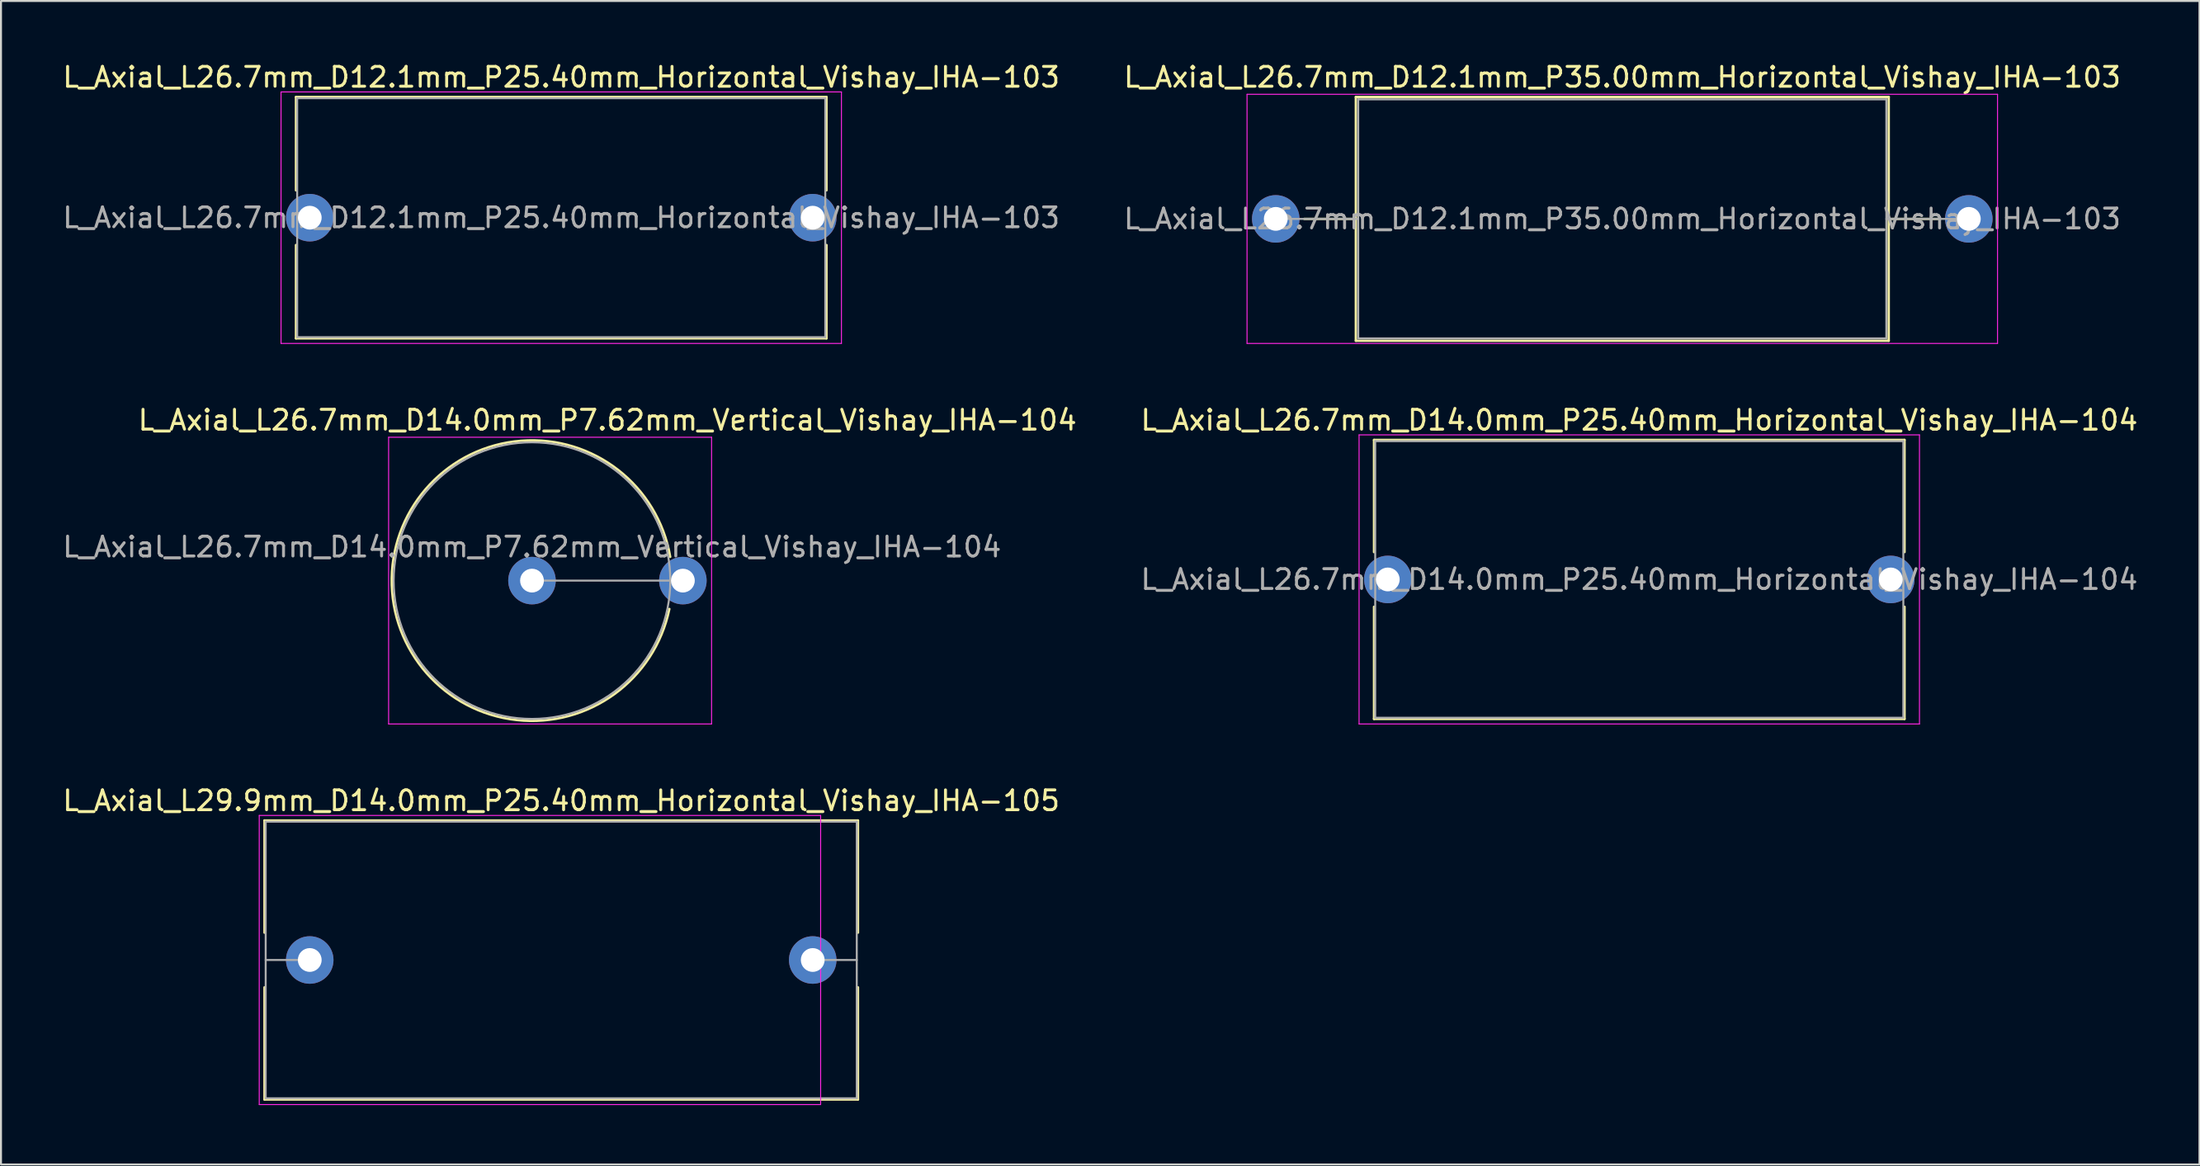
<source format=kicad_pcb>
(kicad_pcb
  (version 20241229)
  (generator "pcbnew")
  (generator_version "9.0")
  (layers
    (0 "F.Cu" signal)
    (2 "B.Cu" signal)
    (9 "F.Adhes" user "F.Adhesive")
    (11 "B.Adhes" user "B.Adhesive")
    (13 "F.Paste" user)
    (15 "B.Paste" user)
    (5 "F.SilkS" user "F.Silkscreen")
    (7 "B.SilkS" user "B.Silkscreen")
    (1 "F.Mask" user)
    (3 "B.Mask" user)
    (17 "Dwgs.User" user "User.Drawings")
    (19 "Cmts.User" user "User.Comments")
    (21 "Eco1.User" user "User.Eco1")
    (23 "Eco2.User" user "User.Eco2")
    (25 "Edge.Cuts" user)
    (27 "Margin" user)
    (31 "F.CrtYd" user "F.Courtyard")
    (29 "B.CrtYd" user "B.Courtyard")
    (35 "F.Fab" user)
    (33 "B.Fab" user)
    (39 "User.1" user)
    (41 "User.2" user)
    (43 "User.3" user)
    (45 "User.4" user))
  (footprint "L_Axial_L29.9mm_D14.0mm_P25.40mm_Horizontal_Vishay_IHA-105"
    (layer "F.Cu")
    (at 12.592 45.43)
    (property "Reference" "L_Axial_L29.9mm_D14.0mm_P25.40mm_Horizontal_Vishay_IHA-105" (at 12.7 -8.045 0) (layer "F.SilkS") (effects (font (size 1 1) (thickness 0.15))))
    (attr through_hole)
    (fp_line (start -2.285 -7.045) (end 27.685 -7.045) (stroke (width 0.12) (type solid)) (layer "F.SilkS"))
    (fp_line (start -2.285 -1.38) (end -2.285 -7.045) (stroke (width 0.12) (type solid)) (layer "F.SilkS"))
    (fp_line (start -2.285 1.38) (end -2.285 7.045) (stroke (width 0.12) (type solid)) (layer "F.SilkS"))
    (fp_line (start -2.285 7.045) (end 27.685 7.045) (stroke (width 0.12) (type solid)) (layer "F.SilkS"))
    (fp_line (start 27.685 -7.045) (end 27.685 -1.38) (stroke (width 0.12) (type solid)) (layer "F.SilkS"))
    (fp_line (start 27.685 7.045) (end 27.685 1.38) (stroke (width 0.12) (type solid)) (layer "F.SilkS"))
    (fp_line (start -2.55 -7.3) (end -2.55 7.3) (stroke (width 0.05) (type solid)) (layer "F.CrtYd"))
    (fp_line (start -2.55 7.3) (end 25.8 7.3) (stroke (width 0.05) (type solid)) (layer "F.CrtYd"))
    (fp_line (start 25.8 -7.3) (end -2.55 -7.3) (stroke (width 0.05) (type solid)) (layer "F.CrtYd"))
    (fp_line (start 25.8 7.3) (end 25.8 -7.3) (stroke (width 0.05) (type solid)) (layer "F.CrtYd"))
    (fp_line (start -2.225 -6.985) (end -2.225 6.985) (stroke (width 0.1) (type solid)) (layer "F.Fab"))
    (fp_line (start -2.225 6.985) (end 27.625 6.985) (stroke (width 0.1) (type solid)) (layer "F.Fab"))
    (fp_line (start 0 0) (end -2.225 0) (stroke (width 0.1) (type solid)) (layer "F.Fab"))
    (fp_line (start 25.4 0) (end 27.625 0) (stroke (width 0.1) (type solid)) (layer "F.Fab"))
    (fp_line (start 27.625 -6.985) (end -2.225 -6.985) (stroke (width 0.1) (type solid)) (layer "F.Fab"))
    (fp_line (start 27.625 6.985) (end 27.625 -6.985) (stroke (width 0.1) (type solid)) (layer "F.Fab"))
    (pad "1" thru_hole circle (at 0 0) (size 2.4 2.4) (drill 1.2) (layers "*.Cu" "*.Mask"))
    (pad "2" thru_hole oval (at 25.4 0) (size 2.4 2.4) (drill 1.2) (layers "*.Cu" "*.Mask")))
  (footprint "L_Axial_L26.7mm_D12.1mm_P25.40mm_Horizontal_Vishay_IHA-103"
    (layer "F.Cu")
    (at 12.592 7.943)
    (property "Reference" "L_Axial_L26.7mm_D12.1mm_P25.40mm_Horizontal_Vishay_IHA-103" (at 12.7 -7.095 0) (layer "F.SilkS") (effects (font (size 1 1) (thickness 0.15))))
    (attr through_hole)
    (fp_line (start -0.695 -6.095) (end 26.095 -6.095) (stroke (width 0.12) (type solid)) (layer "F.SilkS"))
    (fp_line (start -0.695 -1.38) (end -0.695 -6.095) (stroke (width 0.12) (type solid)) (layer "F.SilkS"))
    (fp_line (start -0.695 1.38) (end -0.695 6.095) (stroke (width 0.12) (type solid)) (layer "F.SilkS"))
    (fp_line (start -0.695 6.095) (end 26.095 6.095) (stroke (width 0.12) (type solid)) (layer "F.SilkS"))
    (fp_line (start 26.095 -6.095) (end 26.095 -1.38) (stroke (width 0.12) (type solid)) (layer "F.SilkS"))
    (fp_line (start 26.095 6.095) (end 26.095 1.38) (stroke (width 0.12) (type solid)) (layer "F.SilkS"))
    (fp_line (start -1.45 -6.35) (end -1.45 6.35) (stroke (width 0.05) (type solid)) (layer "F.CrtYd"))
    (fp_line (start -1.45 6.35) (end 26.85 6.35) (stroke (width 0.05) (type solid)) (layer "F.CrtYd"))
    (fp_line (start 26.85 -6.35) (end -1.45 -6.35) (stroke (width 0.05) (type solid)) (layer "F.CrtYd"))
    (fp_line (start 26.85 6.35) (end 26.85 -6.35) (stroke (width 0.05) (type solid)) (layer "F.CrtYd"))
    (fp_line (start -0.635 -6.035) (end -0.635 6.035) (stroke (width 0.1) (type solid)) (layer "F.Fab"))
    (fp_line (start -0.635 6.035) (end 26.035 6.035) (stroke (width 0.1) (type solid)) (layer "F.Fab"))
    (fp_line (start 0 0) (end -0.635 0) (stroke (width 0.1) (type solid)) (layer "F.Fab"))
    (fp_line (start 25.4 0) (end 26.035 0) (stroke (width 0.1) (type solid)) (layer "F.Fab"))
    (fp_line (start 26.035 -6.035) (end -0.635 -6.035) (stroke (width 0.1) (type solid)) (layer "F.Fab"))
    (fp_line (start 26.035 6.035) (end 26.035 -6.035) (stroke (width 0.1) (type solid)) (layer "F.Fab"))
    (fp_text user "${REFERENCE}" (at 12.7 0 0) (layer "F.Fab") (effects (font (size 1 1) (thickness 0.15))))
    (pad "1" thru_hole circle (at 0 0) (size 2.4 2.4) (drill 1.2) (layers "*.Cu" "*.Mask"))
    (pad "2" thru_hole oval (at 25.4 0) (size 2.4 2.4) (drill 1.2) (layers "*.Cu" "*.Mask")))
  (footprint "L_Axial_L26.7mm_D14.0mm_P7.62mm_Vertical_Vishay_IHA-104"
    (layer "F.Cu")
    (at 23.815 26.271)
    (property "Reference" "L_Axial_L26.7mm_D14.0mm_P7.62mm_Vertical_Vishay_IHA-104" (at 3.81 -8.105 0) (layer "F.SilkS") (effects (font (size 1 1) (thickness 0.15))))
    (attr through_hole)
    (fp_arc (start 6.937477 1.431793) (mid -7.082705 -0.11795) (end 6.981305 -1.2) (stroke (width 0.12) (type solid)) (layer "F.SilkS"))
    (fp_line (start -7.24 -7.24) (end -7.24 7.24) (stroke (width 0.05) (type solid)) (layer "F.CrtYd"))
    (fp_line (start -7.24 7.24) (end 9.07 7.24) (stroke (width 0.05) (type solid)) (layer "F.CrtYd"))
    (fp_line (start 9.07 -7.24) (end -7.24 -7.24) (stroke (width 0.05) (type solid)) (layer "F.CrtYd"))
    (fp_line (start 9.07 7.24) (end 9.07 -7.24) (stroke (width 0.05) (type solid)) (layer "F.CrtYd"))
    (fp_line (start 0 0) (end 7.62 0) (stroke (width 0.1) (type solid)) (layer "F.Fab"))
    (fp_circle (center 0 0) (end 6.985 0) (stroke (width 0.1) (type solid)) (fill no) (layer "F.Fab"))
    (fp_text user "${REFERENCE}" (at 0 -1.7 0) (layer "F.Fab") (effects (font (size 1 1) (thickness 0.15))))
    (pad "1" thru_hole circle (at 0 0) (size 2.4 2.4) (drill 1.2) (layers "*.Cu" "*.Mask"))
    (pad "2" thru_hole oval (at 7.62 0) (size 2.4 2.4) (drill 1.2) (layers "*.Cu" "*.Mask")))
  (footprint "L_Axial_L26.7mm_D12.1mm_P35.00mm_Horizontal_Vishay_IHA-103"
    (layer "F.Cu")
    (at 61.375 8.003)
    (property "Reference" "L_Axial_L26.7mm_D12.1mm_P35.00mm_Horizontal_Vishay_IHA-103" (at 17.5 -7.155 0) (layer "F.SilkS") (effects (font (size 1 1) (thickness 0.15))))
    (attr through_hole)
    (fp_line (start 1.44 0) (end 4.045 0) (stroke (width 0.12) (type solid)) (layer "F.SilkS"))
    (fp_line (start 4.045 -6.155) (end 4.045 6.155) (stroke (width 0.12) (type solid)) (layer "F.SilkS"))
    (fp_line (start 4.045 6.155) (end 30.955 6.155) (stroke (width 0.12) (type solid)) (layer "F.SilkS"))
    (fp_line (start 30.955 -6.155) (end 4.045 -6.155) (stroke (width 0.12) (type solid)) (layer "F.SilkS"))
    (fp_line (start 30.955 6.155) (end 30.955 -6.155) (stroke (width 0.12) (type solid)) (layer "F.SilkS"))
    (fp_line (start 33.56 0) (end 30.955 0) (stroke (width 0.12) (type solid)) (layer "F.SilkS"))
    (fp_line (start -1.45 -6.29) (end -1.45 6.29) (stroke (width 0.05) (type solid)) (layer "F.CrtYd"))
    (fp_line (start -1.45 6.29) (end 36.45 6.29) (stroke (width 0.05) (type solid)) (layer "F.CrtYd"))
    (fp_line (start 36.45 -6.29) (end -1.45 -6.29) (stroke (width 0.05) (type solid)) (layer "F.CrtYd"))
    (fp_line (start 36.45 6.29) (end 36.45 -6.29) (stroke (width 0.05) (type solid)) (layer "F.CrtYd"))
    (fp_line (start 0 0) (end 4.165 0) (stroke (width 0.1) (type solid)) (layer "F.Fab"))
    (fp_line (start 4.165 -6.035) (end 4.165 6.035) (stroke (width 0.1) (type solid)) (layer "F.Fab"))
    (fp_line (start 4.165 6.035) (end 30.835 6.035) (stroke (width 0.1) (type solid)) (layer "F.Fab"))
    (fp_line (start 30.835 -6.035) (end 4.165 -6.035) (stroke (width 0.1) (type solid)) (layer "F.Fab"))
    (fp_line (start 30.835 6.035) (end 30.835 -6.035) (stroke (width 0.1) (type solid)) (layer "F.Fab"))
    (fp_line (start 35 0) (end 30.835 0) (stroke (width 0.1) (type solid)) (layer "F.Fab"))
    (fp_text user "${REFERENCE}" (at 17.5 0 0) (layer "F.Fab") (effects (font (size 1 1) (thickness 0.15))))
    (pad "1" thru_hole circle (at 0 0) (size 2.4 2.4) (drill 1.2) (layers "*.Cu" "*.Mask"))
    (pad "2" thru_hole oval (at 35 0) (size 2.4 2.4) (drill 1.2) (layers "*.Cu" "*.Mask")))
  (footprint "L_Axial_L26.7mm_D14.0mm_P25.40mm_Horizontal_Vishay_IHA-104"
    (layer "F.Cu")
    (at 67.033 26.212)
    (property "Reference" "L_Axial_L26.7mm_D14.0mm_P25.40mm_Horizontal_Vishay_IHA-104" (at 12.7 -8.045 0) (layer "F.SilkS") (effects (font (size 1 1) (thickness 0.15))))
    (attr through_hole)
    (fp_line (start -0.695 -7.045) (end 26.095 -7.045) (stroke (width 0.12) (type solid)) (layer "F.SilkS"))
    (fp_line (start -0.695 -1.38) (end -0.695 -7.045) (stroke (width 0.12) (type solid)) (layer "F.SilkS"))
    (fp_line (start -0.695 1.38) (end -0.695 7.045) (stroke (width 0.12) (type solid)) (layer "F.SilkS"))
    (fp_line (start -0.695 7.045) (end 26.095 7.045) (stroke (width 0.12) (type solid)) (layer "F.SilkS"))
    (fp_line (start 26.095 -7.045) (end 26.095 -1.38) (stroke (width 0.12) (type solid)) (layer "F.SilkS"))
    (fp_line (start 26.095 7.045) (end 26.095 1.38) (stroke (width 0.12) (type solid)) (layer "F.SilkS"))
    (fp_line (start -1.45 -7.3) (end -1.45 7.3) (stroke (width 0.05) (type solid)) (layer "F.CrtYd"))
    (fp_line (start -1.45 7.3) (end 26.85 7.3) (stroke (width 0.05) (type solid)) (layer "F.CrtYd"))
    (fp_line (start 26.85 -7.3) (end -1.45 -7.3) (stroke (width 0.05) (type solid)) (layer "F.CrtYd"))
    (fp_line (start 26.85 7.3) (end 26.85 -7.3) (stroke (width 0.05) (type solid)) (layer "F.CrtYd"))
    (fp_line (start -0.635 -6.985) (end -0.635 6.985) (stroke (width 0.1) (type solid)) (layer "F.Fab"))
    (fp_line (start -0.635 6.985) (end 26.035 6.985) (stroke (width 0.1) (type solid)) (layer "F.Fab"))
    (fp_line (start 0 0) (end -0.635 0) (stroke (width 0.1) (type solid)) (layer "F.Fab"))
    (fp_line (start 25.4 0) (end 26.035 0) (stroke (width 0.1) (type solid)) (layer "F.Fab"))
    (fp_line (start 26.035 -6.985) (end -0.635 -6.985) (stroke (width 0.1) (type solid)) (layer "F.Fab"))
    (fp_line (start 26.035 6.985) (end 26.035 -6.985) (stroke (width 0.1) (type solid)) (layer "F.Fab"))
    (fp_text user "${REFERENCE}" (at 12.7 0 0) (layer "F.Fab") (effects (font (size 1 1) (thickness 0.15))))
    (pad "1" thru_hole circle (at 0 0) (size 2.4 2.4) (drill 1.2) (layers "*.Cu" "*.Mask"))
    (pad "2" thru_hole oval (at 25.4 0) (size 2.4 2.4) (drill 1.2) (layers "*.Cu" "*.Mask")))
  (gr_rect
    (start -3 -3)
    (end 108.024 55.755)
    (stroke (width 0.1) (type default))
    (fill no)
    (layer "Edge.Cuts")))
</source>
